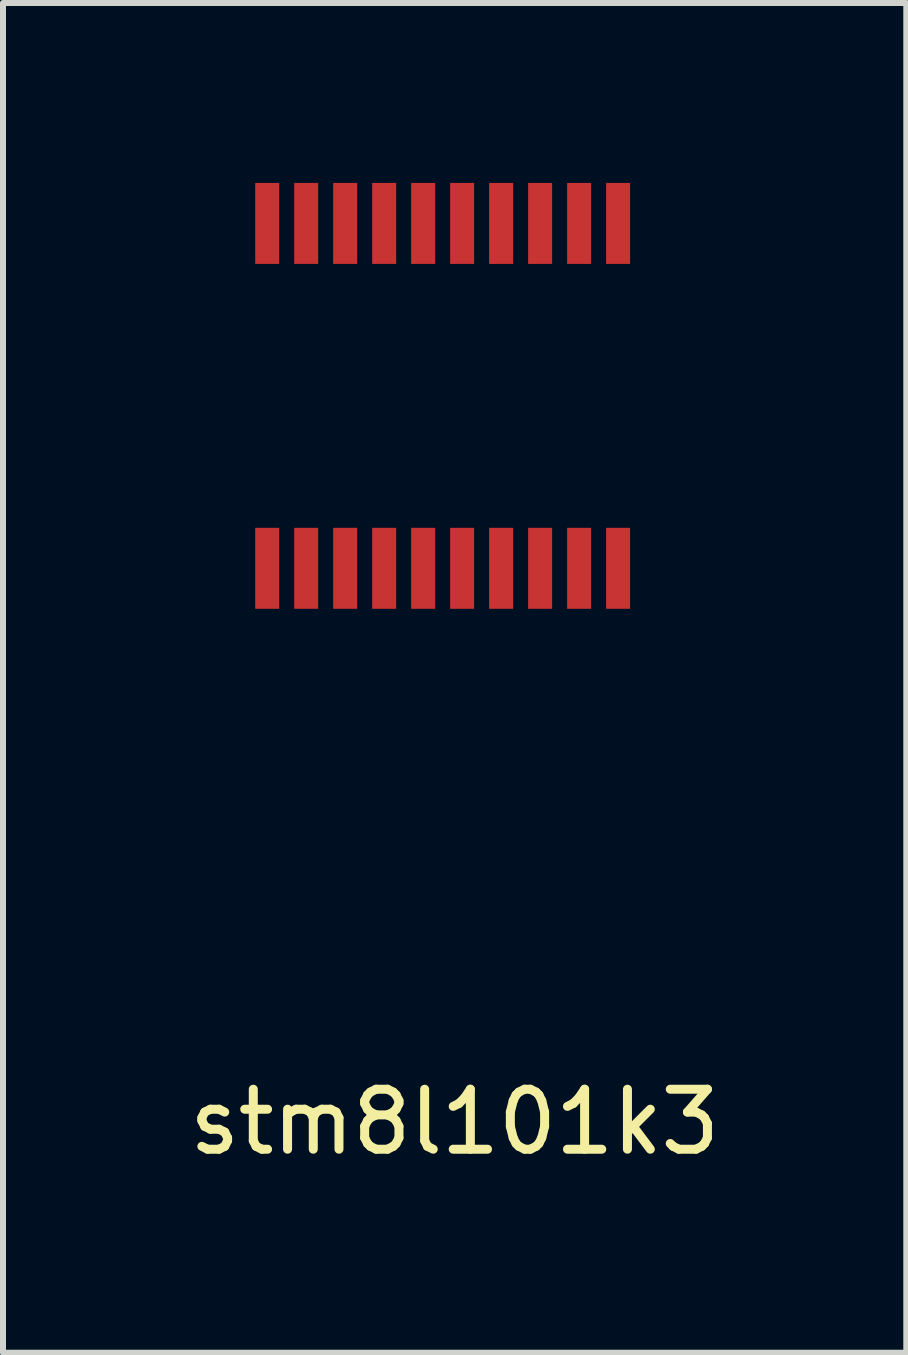
<source format=kicad_pcb>
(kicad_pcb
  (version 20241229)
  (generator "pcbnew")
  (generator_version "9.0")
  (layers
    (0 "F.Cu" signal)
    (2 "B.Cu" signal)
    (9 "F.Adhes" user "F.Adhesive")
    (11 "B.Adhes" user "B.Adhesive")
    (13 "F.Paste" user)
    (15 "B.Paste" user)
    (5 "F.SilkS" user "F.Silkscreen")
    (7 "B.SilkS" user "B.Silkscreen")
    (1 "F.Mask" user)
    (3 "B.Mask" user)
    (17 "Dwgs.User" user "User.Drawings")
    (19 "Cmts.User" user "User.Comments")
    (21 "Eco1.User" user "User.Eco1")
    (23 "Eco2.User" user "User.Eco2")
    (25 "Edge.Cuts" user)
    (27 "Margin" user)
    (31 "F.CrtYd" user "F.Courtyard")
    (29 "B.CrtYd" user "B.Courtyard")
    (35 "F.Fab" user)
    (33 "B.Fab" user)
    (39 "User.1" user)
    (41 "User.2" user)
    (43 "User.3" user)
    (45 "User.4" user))
  (footprint "stm8l101k3"
    (layer "F.Cu")
    (at 4.53 4.225)
    (property "Reference" "stm8l101k3" (at 0 11.43 0) (layer "F.SilkS") (effects (font (size 1 1) (thickness 0.15))))
    (attr through_hole)
    (pad "1" smd rect (at -3.125 2.2) (size 0.4 1.35) (layers "F.Cu" "F.Mask" "F.Paste"))
    (pad "2" smd rect (at -2.475 2.2) (size 0.4 1.35) (layers "F.Cu" "F.Mask" "F.Paste"))
    (pad "3" smd rect (at -1.825 2.2) (size 0.4 1.35) (layers "F.Cu" "F.Mask" "F.Paste"))
    (pad "4" smd rect (at -1.175 2.2) (size 0.4 1.35) (layers "F.Cu" "F.Mask" "F.Paste"))
    (pad "5" smd rect (at -0.525 2.2) (size 0.4 1.35) (layers "F.Cu" "F.Mask" "F.Paste"))
    (pad "6" smd rect (at 0.125 2.2) (size 0.4 1.35) (layers "F.Cu" "F.Mask" "F.Paste"))
    (pad "7" smd rect (at 0.775 2.2) (size 0.4 1.35) (layers "F.Cu" "F.Mask" "F.Paste"))
    (pad "8" smd rect (at 1.425 2.2) (size 0.4 1.35) (layers "F.Cu" "F.Mask" "F.Paste"))
    (pad "9" smd rect (at 2.075 2.2) (size 0.4 1.35) (layers "F.Cu" "F.Mask" "F.Paste"))
    (pad "10" smd rect (at 2.725 2.2) (size 0.4 1.35) (layers "F.Cu" "F.Mask" "F.Paste"))
    (pad "11" smd rect (at 2.725 -3.55) (size 0.4 1.35) (layers "F.Cu" "F.Mask" "F.Paste"))
    (pad "12" smd rect (at 2.075 -3.55) (size 0.4 1.35) (layers "F.Cu" "F.Mask" "F.Paste"))
    (pad "13" smd rect (at 1.425 -3.55) (size 0.4 1.35) (layers "F.Cu" "F.Mask" "F.Paste"))
    (pad "14" smd rect (at 0.775 -3.55) (size 0.4 1.35) (layers "F.Cu" "F.Mask" "F.Paste"))
    (pad "15" smd rect (at 0.125 -3.55) (size 0.4 1.35) (layers "F.Cu" "F.Mask" "F.Paste"))
    (pad "16" smd rect (at -0.525 -3.55) (size 0.4 1.35) (layers "F.Cu" "F.Mask" "F.Paste"))
    (pad "17" smd rect (at -1.175 -3.55) (size 0.4 1.35) (layers "F.Cu" "F.Mask" "F.Paste"))
    (pad "18" smd rect (at -1.825 -3.55) (size 0.4 1.35) (layers "F.Cu" "F.Mask" "F.Paste"))
    (pad "19" smd rect (at -2.475 -3.55) (size 0.4 1.35) (layers "F.Cu" "F.Mask" "F.Paste"))
    (pad "20" smd rect (at -3.125 -3.55) (size 0.4 1.35) (layers "F.Cu" "F.Mask" "F.Paste")))
  (gr_rect
    (start -3 -3)
    (end 12.06 19.503)
    (stroke (width 0.1) (type default))
    (fill no)
    (layer "Edge.Cuts")))
</source>
